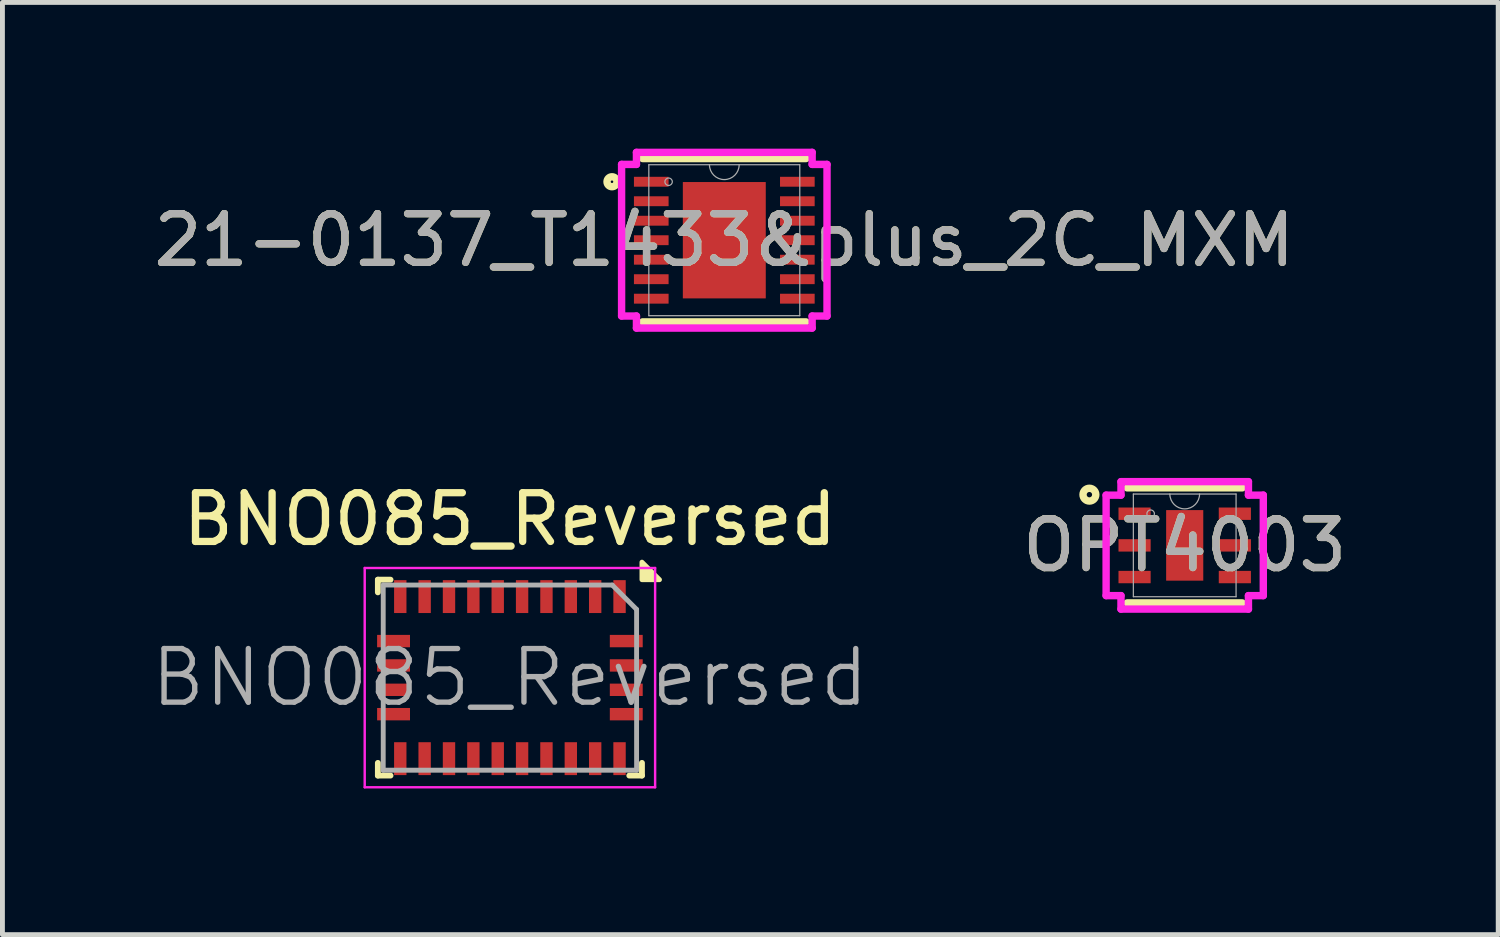
<source format=kicad_pcb>
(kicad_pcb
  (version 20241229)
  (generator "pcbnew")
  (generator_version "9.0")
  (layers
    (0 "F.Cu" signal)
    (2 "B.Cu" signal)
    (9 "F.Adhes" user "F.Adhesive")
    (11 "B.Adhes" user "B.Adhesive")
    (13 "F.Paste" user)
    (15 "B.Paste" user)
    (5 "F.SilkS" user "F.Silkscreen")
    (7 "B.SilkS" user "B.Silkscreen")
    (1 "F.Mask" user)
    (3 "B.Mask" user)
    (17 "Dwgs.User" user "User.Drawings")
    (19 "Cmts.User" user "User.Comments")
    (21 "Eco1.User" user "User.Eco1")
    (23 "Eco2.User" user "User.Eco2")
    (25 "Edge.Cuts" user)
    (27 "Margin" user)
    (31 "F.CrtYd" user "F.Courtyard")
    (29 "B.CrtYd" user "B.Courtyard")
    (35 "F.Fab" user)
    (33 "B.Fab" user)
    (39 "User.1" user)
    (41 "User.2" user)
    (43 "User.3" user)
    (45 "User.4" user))
  (footprint "OPT4003"
    (layer "F.Cu")
    (at 21.264 8.143)
    (property "Reference" "OPT4003" (at 0 0 0) (unlocked yes) (layer "F.SilkS") (effects (font (size 1 1) (thickness 0.15))))
    (attr smd)
    (fp_line (start -1.181 1.181) (end 1.181 1.181) (stroke (width 0.152) (type solid)) (layer "F.SilkS"))
    (fp_line (start 1.181 -1.181) (end -1.181 -1.181) (stroke (width 0.152) (type solid)) (layer "F.SilkS"))
    (fp_circle (center -1.956 -1.041) (end -1.903 -1.026) (stroke (width 0.152) (type solid)) (fill no) (layer "F.SilkS"))
    (fp_line (start -1.613 -1.031) (end -1.308 -1.031) (stroke (width 0.152) (type solid)) (layer "F.CrtYd"))
    (fp_line (start -1.613 1.031) (end -1.613 -1.031) (stroke (width 0.152) (type solid)) (layer "F.CrtYd"))
    (fp_line (start -1.613 1.031) (end -1.308 1.031) (stroke (width 0.152) (type solid)) (layer "F.CrtYd"))
    (fp_line (start -1.308 -1.308) (end 1.308 -1.308) (stroke (width 0.152) (type solid)) (layer "F.CrtYd"))
    (fp_line (start -1.308 -1.031) (end -1.308 -1.308) (stroke (width 0.152) (type solid)) (layer "F.CrtYd"))
    (fp_line (start -1.308 1.308) (end -1.308 1.031) (stroke (width 0.152) (type solid)) (layer "F.CrtYd"))
    (fp_line (start 1.308 -1.308) (end 1.308 -1.031) (stroke (width 0.152) (type solid)) (layer "F.CrtYd"))
    (fp_line (start 1.308 1.031) (end 1.308 1.308) (stroke (width 0.152) (type solid)) (layer "F.CrtYd"))
    (fp_line (start 1.308 1.308) (end -1.308 1.308) (stroke (width 0.152) (type solid)) (layer "F.CrtYd"))
    (fp_line (start 1.613 -1.031) (end 1.308 -1.031) (stroke (width 0.152) (type solid)) (layer "F.CrtYd"))
    (fp_line (start 1.613 -1.031) (end 1.613 1.031) (stroke (width 0.152) (type solid)) (layer "F.CrtYd"))
    (fp_line (start 1.613 1.031) (end 1.308 1.031) (stroke (width 0.152) (type solid)) (layer "F.CrtYd"))
    (fp_line (start -1.054 -1.054) (end -1.054 1.054) (stroke (width 0.025) (type solid)) (layer "F.Fab"))
    (fp_line (start -1.054 1.054) (end 1.054 1.054) (stroke (width 0.025) (type solid)) (layer "F.Fab"))
    (fp_line (start 1.054 -1.054) (end -1.054 -1.054) (stroke (width 0.025) (type solid)) (layer "F.Fab"))
    (fp_line (start 1.054 1.054) (end 1.054 -1.054) (stroke (width 0.025) (type solid)) (layer "F.Fab"))
    (fp_arc (start 0.3048 -1.0541) (mid 0 -0.7493) (end -0.3048 -1.0541) (stroke (width 0.0254) (type solid)) (layer "F.Fab"))
    (fp_circle (center -0.699 -0.65) (end -0.622 -0.65) (stroke (width 0.025) (type solid)) (fill no) (layer "F.Fab"))
    (fp_text user "${REFERENCE}" (at 0 0 0) (unlocked yes) (layer "F.Fab") (effects (font (size 1 1) (thickness 0.15))))
    (pad "1" smd rect (at -1.029 -0.65) (size 0.66 0.254) (layers "F.Cu" "F.Mask" "F.Paste"))
    (pad "2" smd rect (at -1.029 0) (size 0.66 0.254) (layers "F.Cu" "F.Mask" "F.Paste"))
    (pad "3" smd rect (at -1.029 0.65) (size 0.66 0.254) (layers "F.Cu" "F.Mask" "F.Paste"))
    (pad "4" smd rect (at 1.029 0.65) (size 0.66 0.254) (layers "F.Cu" "F.Mask" "F.Paste"))
    (pad "5" smd rect (at 1.029 0) (size 0.66 0.254) (layers "F.Cu" "F.Mask" "F.Paste"))
    (pad "6" smd rect (at 1.029 -0.65) (size 0.66 0.254) (layers "F.Cu" "F.Mask" "F.Paste"))
    (pad "7" smd rect (at 0 0) (size 0.762 1.448) (layers "F.Cu" "F.Mask" "F.Paste")))
  (footprint "BNO085_Reversed"
    (layer "F.Cu")
    (at 7.415 10.857)
    (property "Reference" "BNO085_Reversed" (at 0 -3.25 0) (layer "F.SilkS") (effects (font (size 1 1) (thickness 0.15))))
    (attr smd)
    (fp_line (start -2.71 -2.01) (end -2.71 -1.75) (stroke (width 0.12) (type solid)) (layer "F.SilkS"))
    (fp_line (start -2.71 -2.01) (end -2.45 -2.01) (stroke (width 0.12) (type solid)) (layer "F.SilkS"))
    (fp_line (start -2.71 2.01) (end -2.71 1.75) (stroke (width 0.12) (type solid)) (layer "F.SilkS"))
    (fp_line (start -2.71 2.01) (end -2.45 2.01) (stroke (width 0.12) (type solid)) (layer "F.SilkS"))
    (fp_line (start 2.71 2.01) (end 2.45 2.01) (stroke (width 0.12) (type solid)) (layer "F.SilkS"))
    (fp_line (start 2.71 2.01) (end 2.71 1.75) (stroke (width 0.12) (type solid)) (layer "F.SilkS"))
    (fp_poly (pts (xy 2.71 -2.01) (xy 3.07 -2.01) (xy 2.71 -2.37) (xy 2.71 -2.01)) (stroke (width 0.1) (type solid)) (fill yes) (layer "F.SilkS"))
    (fp_line (start -2.98 -2.25) (end 2.98 -2.25) (stroke (width 0.05) (type solid)) (layer "F.CrtYd"))
    (fp_line (start -2.98 2.25) (end -2.98 -2.25) (stroke (width 0.05) (type solid)) (layer "F.CrtYd"))
    (fp_line (start 2.98 -2.25) (end 2.98 2.25) (stroke (width 0.05) (type solid)) (layer "F.CrtYd"))
    (fp_line (start 2.98 2.25) (end -2.98 2.25) (stroke (width 0.05) (type solid)) (layer "F.CrtYd"))
    (fp_line (start -2.6 -1.9) (end 2.1 -1.9) (stroke (width 0.1) (type solid)) (layer "F.Fab"))
    (fp_line (start -2.6 1.9) (end -2.6 -1.9) (stroke (width 0.1) (type solid)) (layer "F.Fab"))
    (fp_line (start 2.6 -1.4) (end 2.1 -1.9) (stroke (width 0.1) (type solid)) (layer "F.Fab"))
    (fp_line (start 2.6 -1.4) (end 2.6 1.9) (stroke (width 0.1) (type solid)) (layer "F.Fab"))
    (fp_line (start 2.6 1.9) (end -2.6 1.9) (stroke (width 0.1) (type solid)) (layer "F.Fab"))
    (fp_text user "${REFERENCE}" (at 0 0 0) (layer "F.Fab") (effects (font (size 1.1 1.1) (thickness 0.11))))
    (pad "1" smd rect (at 2.25 -1.663) (size 0.254 0.675) (layers "F.Cu" "F.Mask" "F.Paste"))
    (pad "2" smd rect (at 2.388 -0.75 270) (size 0.254 0.675) (layers "F.Cu" "F.Mask" "F.Paste"))
    (pad "3" smd rect (at 2.388 -0.25 270) (size 0.254 0.675) (layers "F.Cu" "F.Mask" "F.Paste"))
    (pad "4" smd rect (at 2.388 0.25 270) (size 0.254 0.675) (layers "F.Cu" "F.Mask" "F.Paste"))
    (pad "5" smd rect (at 2.388 0.75 270) (size 0.254 0.675) (layers "F.Cu" "F.Mask" "F.Paste"))
    (pad "6" smd rect (at 2.25 1.663) (size 0.254 0.675) (layers "F.Cu" "F.Mask" "F.Paste"))
    (pad "7" smd rect (at 1.75 1.663) (size 0.254 0.675) (layers "F.Cu" "F.Mask" "F.Paste"))
    (pad "8" smd rect (at 1.25 1.663) (size 0.254 0.675) (layers "F.Cu" "F.Mask" "F.Paste"))
    (pad "9" smd rect (at 0.75 1.663) (size 0.254 0.675) (layers "F.Cu" "F.Mask" "F.Paste"))
    (pad "10" smd rect (at 0.25 1.663) (size 0.254 0.675) (layers "F.Cu" "F.Mask" "F.Paste"))
    (pad "11" smd rect (at -0.25 1.663) (size 0.254 0.675) (layers "F.Cu" "F.Mask" "F.Paste"))
    (pad "12" smd rect (at -0.75 1.663) (size 0.254 0.675) (layers "F.Cu" "F.Mask" "F.Paste"))
    (pad "13" smd rect (at -1.25 1.663) (size 0.254 0.675) (layers "F.Cu" "F.Mask" "F.Paste"))
    (pad "14" smd rect (at -1.75 1.663) (size 0.254 0.675) (layers "F.Cu" "F.Mask" "F.Paste"))
    (pad "15" smd rect (at -2.25 1.663) (size 0.254 0.675) (layers "F.Cu" "F.Mask" "F.Paste"))
    (pad "16" smd rect (at -2.388 0.75 270) (size 0.254 0.675) (layers "F.Cu" "F.Mask" "F.Paste"))
    (pad "17" smd rect (at -2.388 0.25 270) (size 0.254 0.675) (layers "F.Cu" "F.Mask" "F.Paste"))
    (pad "18" smd rect (at -2.388 -0.25 270) (size 0.254 0.675) (layers "F.Cu" "F.Mask" "F.Paste"))
    (pad "19" smd rect (at -2.388 -0.75 270) (size 0.254 0.675) (layers "F.Cu" "F.Mask" "F.Paste"))
    (pad "20" smd rect (at -2.25 -1.663) (size 0.254 0.675) (layers "F.Cu" "F.Mask" "F.Paste"))
    (pad "21" smd rect (at -1.75 -1.663) (size 0.254 0.675) (layers "F.Cu" "F.Mask" "F.Paste"))
    (pad "22" smd rect (at -1.25 -1.663) (size 0.254 0.675) (layers "F.Cu" "F.Mask" "F.Paste"))
    (pad "23" smd rect (at -0.75 -1.663) (size 0.254 0.675) (layers "F.Cu" "F.Mask" "F.Paste"))
    (pad "24" smd rect (at -0.25 -1.663) (size 0.254 0.675) (layers "F.Cu" "F.Mask" "F.Paste"))
    (pad "25" smd rect (at 0.25 -1.663) (size 0.254 0.675) (layers "F.Cu" "F.Mask" "F.Paste"))
    (pad "26" smd rect (at 0.75 -1.663) (size 0.254 0.675) (layers "F.Cu" "F.Mask" "F.Paste"))
    (pad "27" smd rect (at 1.25 -1.663) (size 0.254 0.675) (layers "F.Cu" "F.Mask" "F.Paste"))
    (pad "28" smd rect (at 1.75 -1.663) (size 0.254 0.675) (layers "F.Cu" "F.Mask" "F.Paste")))
  (footprint "21-0137_T1433&plus_2C_MXM"
    (layer "F.Cu")
    (at 11.815 1.88)
    (property "Reference" "21-0137_T1433&plus_2C_MXM" (at 0 0 0) (unlocked yes) (layer "F.SilkS") (effects (font (size 1 1) (thickness 0.15))))
    (attr smd)
    (fp_line (start -1.676 1.676) (end 1.676 1.676) (stroke (width 0.152) (type solid)) (layer "F.SilkS"))
    (fp_line (start 1.676 -1.676) (end -1.676 -1.676) (stroke (width 0.152) (type solid)) (layer "F.SilkS"))
    (fp_circle (center -2.305 -1.2) (end -2.203 -1.2) (stroke (width 0.152) (type solid)) (fill no) (layer "F.SilkS"))
    (fp_line (start -2.108 -1.556) (end -1.803 -1.556) (stroke (width 0.152) (type solid)) (layer "F.CrtYd"))
    (fp_line (start -2.108 1.556) (end -2.108 -1.556) (stroke (width 0.152) (type solid)) (layer "F.CrtYd"))
    (fp_line (start -2.108 1.556) (end -1.803 1.556) (stroke (width 0.152) (type solid)) (layer "F.CrtYd"))
    (fp_line (start -1.803 -1.803) (end 1.803 -1.803) (stroke (width 0.152) (type solid)) (layer "F.CrtYd"))
    (fp_line (start -1.803 -1.556) (end -1.803 -1.803) (stroke (width 0.152) (type solid)) (layer "F.CrtYd"))
    (fp_line (start -1.803 1.803) (end -1.803 1.556) (stroke (width 0.152) (type solid)) (layer "F.CrtYd"))
    (fp_line (start 1.803 -1.803) (end 1.803 -1.556) (stroke (width 0.152) (type solid)) (layer "F.CrtYd"))
    (fp_line (start 1.803 1.556) (end 1.803 1.803) (stroke (width 0.152) (type solid)) (layer "F.CrtYd"))
    (fp_line (start 1.803 1.803) (end -1.803 1.803) (stroke (width 0.152) (type solid)) (layer "F.CrtYd"))
    (fp_line (start 2.108 -1.556) (end 1.803 -1.556) (stroke (width 0.152) (type solid)) (layer "F.CrtYd"))
    (fp_line (start 2.108 -1.556) (end 2.108 1.556) (stroke (width 0.152) (type solid)) (layer "F.CrtYd"))
    (fp_line (start 2.108 1.556) (end 1.803 1.556) (stroke (width 0.152) (type solid)) (layer "F.CrtYd"))
    (fp_line (start -1.549 -1.549) (end -1.549 1.549) (stroke (width 0.025) (type solid)) (layer "F.Fab"))
    (fp_line (start -1.549 1.549) (end 1.549 1.549) (stroke (width 0.025) (type solid)) (layer "F.Fab"))
    (fp_line (start 1.549 -1.549) (end -1.549 -1.549) (stroke (width 0.025) (type solid)) (layer "F.Fab"))
    (fp_line (start 1.549 1.549) (end 1.549 -1.549) (stroke (width 0.025) (type solid)) (layer "F.Fab"))
    (fp_arc (start 0.3048 -1.5494) (mid 0 -1.2446) (end -0.3048 -1.5494) (stroke (width 0.0254) (type solid)) (layer "F.Fab"))
    (fp_circle (center -1.143 -1.2) (end -1.067 -1.2) (stroke (width 0.025) (type solid)) (fill no) (layer "F.Fab"))
    (fp_text user "${REFERENCE}" (at 0 0 0) (unlocked yes) (layer "F.Fab") (effects (font (size 1 1) (thickness 0.15))))
    (pad "1" smd rect (at -1.499 -1.2) (size 0.711 0.203) (layers "F.Cu" "F.Mask" "F.Paste"))
    (pad "2" smd rect (at -1.499 -0.8) (size 0.711 0.203) (layers "F.Cu" "F.Mask" "F.Paste"))
    (pad "3" smd rect (at -1.499 -0.4) (size 0.711 0.203) (layers "F.Cu" "F.Mask" "F.Paste"))
    (pad "4" smd rect (at -1.499 0) (size 0.711 0.203) (layers "F.Cu" "F.Mask" "F.Paste"))
    (pad "5" smd rect (at -1.499 0.4) (size 0.711 0.203) (layers "F.Cu" "F.Mask" "F.Paste"))
    (pad "6" smd rect (at -1.499 0.8) (size 0.711 0.203) (layers "F.Cu" "F.Mask" "F.Paste"))
    (pad "7" smd rect (at -1.499 1.2) (size 0.711 0.203) (layers "F.Cu" "F.Mask" "F.Paste"))
    (pad "8" smd rect (at 1.499 1.2) (size 0.711 0.203) (layers "F.Cu" "F.Mask" "F.Paste"))
    (pad "9" smd rect (at 1.499 0.8) (size 0.711 0.203) (layers "F.Cu" "F.Mask" "F.Paste"))
    (pad "10" smd rect (at 1.499 0.4) (size 0.711 0.203) (layers "F.Cu" "F.Mask" "F.Paste"))
    (pad "11" smd rect (at 1.499 0) (size 0.711 0.203) (layers "F.Cu" "F.Mask" "F.Paste"))
    (pad "12" smd rect (at 1.499 -0.4) (size 0.711 0.203) (layers "F.Cu" "F.Mask" "F.Paste"))
    (pad "13" smd rect (at 1.499 -0.8) (size 0.711 0.203) (layers "F.Cu" "F.Mask" "F.Paste"))
    (pad "14" smd rect (at 1.499 -1.2) (size 0.711 0.203) (layers "F.Cu" "F.Mask" "F.Paste"))
    (pad "15" smd rect (at 0 0) (size 1.702 2.388) (layers "F.Cu" "F.Mask" "F.Paste")))
  (gr_rect
    (start -3 -3)
    (end 27.698 16.132)
    (stroke (width 0.1) (type default))
    (fill no)
    (layer "Edge.Cuts")))
</source>
